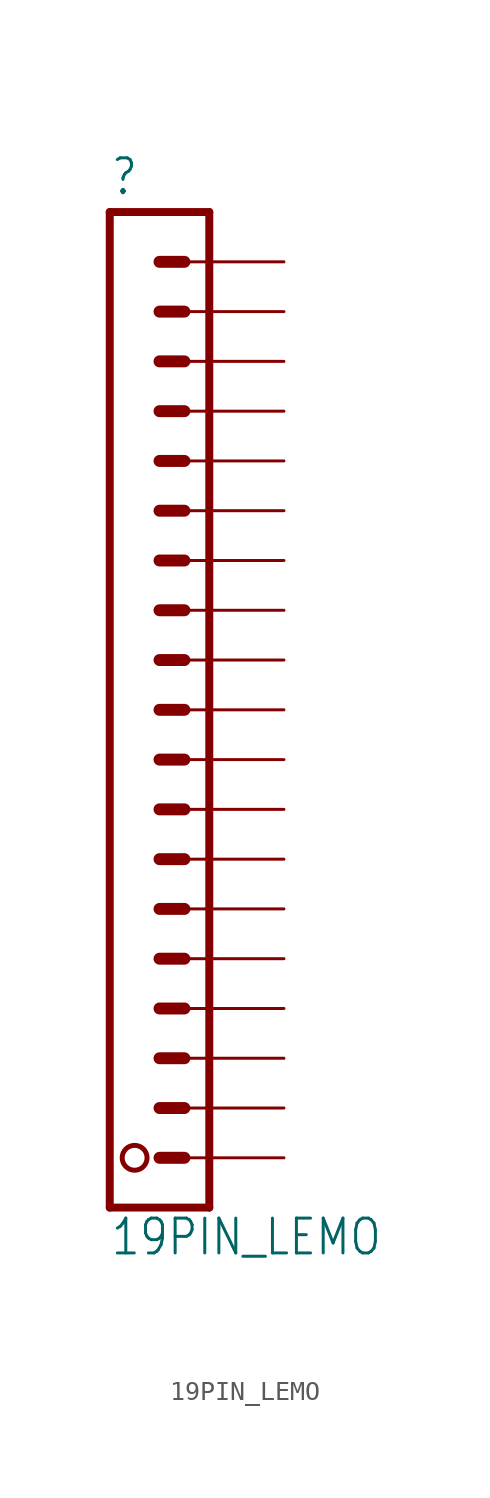
<source format=kicad_sym>
(kicad_symbol_lib
  (version 20211014)
  (generator kicad_symbol_editor)
  (symbol "19PIN_LEMO"
    (property "Reference" ""
      (at -1.27 24.892 0)
      (effects (font (size 1.778 1.511)) (justify left bottom)))
    (property "Value" "19PIN_LEMO"
      (at -1.27 -29.21 0)
      (effects (font (size 1.778 1.511)) (justify left bottom)))
    (property "ki_locked" ""
      (at 0 0 0)
      (effects (font (size 1.27 1.27))))
    (symbol "19PIN_LEMO_1_0"
      (circle (center 0 -24.13) (radius 0.635) (stroke (width 0.254) (type default) (color 0 0 0 0)) (fill (type none)))
      (polyline (pts (xy -1.27 24.13) (xy -1.27 -26.67)) (stroke (width 0.406) (type default) (color 0 0 0 0)) (fill (type none)))
      (polyline (pts (xy -1.27 24.13) (xy 3.81 24.13)) (stroke (width 0.406) (type default) (color 0 0 0 0)) (fill (type none)))
      (polyline (pts (xy 1.27 -24.13) (xy 2.54 -24.13)) (stroke (width 0.61) (type default) (color 0 0 0 0)) (fill (type none)))
      (polyline (pts (xy 1.27 -21.59) (xy 2.54 -21.59)) (stroke (width 0.61) (type default) (color 0 0 0 0)) (fill (type none)))
      (polyline (pts (xy 1.27 -19.05) (xy 2.54 -19.05)) (stroke (width 0.61) (type default) (color 0 0 0 0)) (fill (type none)))
      (polyline (pts (xy 1.27 -16.51) (xy 2.54 -16.51)) (stroke (width 0.61) (type default) (color 0 0 0 0)) (fill (type none)))
      (polyline (pts (xy 1.27 -13.97) (xy 2.54 -13.97)) (stroke (width 0.61) (type default) (color 0 0 0 0)) (fill (type none)))
      (polyline (pts (xy 1.27 -11.43) (xy 2.54 -11.43)) (stroke (width 0.61) (type default) (color 0 0 0 0)) (fill (type none)))
      (polyline (pts (xy 1.27 -8.89) (xy 2.54 -8.89)) (stroke (width 0.61) (type default) (color 0 0 0 0)) (fill (type none)))
      (polyline (pts (xy 1.27 -6.35) (xy 2.54 -6.35)) (stroke (width 0.61) (type default) (color 0 0 0 0)) (fill (type none)))
      (polyline (pts (xy 1.27 -3.81) (xy 2.54 -3.81)) (stroke (width 0.61) (type default) (color 0 0 0 0)) (fill (type none)))
      (polyline (pts (xy 1.27 -1.27) (xy 2.54 -1.27)) (stroke (width 0.61) (type default) (color 0 0 0 0)) (fill (type none)))
      (polyline (pts (xy 1.27 1.27) (xy 2.54 1.27)) (stroke (width 0.61) (type default) (color 0 0 0 0)) (fill (type none)))
      (polyline (pts (xy 1.27 3.81) (xy 2.54 3.81)) (stroke (width 0.61) (type default) (color 0 0 0 0)) (fill (type none)))
      (polyline (pts (xy 1.27 6.35) (xy 2.54 6.35)) (stroke (width 0.61) (type default) (color 0 0 0 0)) (fill (type none)))
      (polyline (pts (xy 1.27 8.89) (xy 2.54 8.89)) (stroke (width 0.61) (type default) (color 0 0 0 0)) (fill (type none)))
      (polyline (pts (xy 1.27 11.43) (xy 2.54 11.43)) (stroke (width 0.61) (type default) (color 0 0 0 0)) (fill (type none)))
      (polyline (pts (xy 1.27 13.97) (xy 2.54 13.97)) (stroke (width 0.61) (type default) (color 0 0 0 0)) (fill (type none)))
      (polyline (pts (xy 1.27 16.51) (xy 2.54 16.51)) (stroke (width 0.61) (type default) (color 0 0 0 0)) (fill (type none)))
      (polyline (pts (xy 1.27 19.05) (xy 2.54 19.05)) (stroke (width 0.61) (type default) (color 0 0 0 0)) (fill (type none)))
      (polyline (pts (xy 1.27 21.59) (xy 2.54 21.59)) (stroke (width 0.61) (type default) (color 0 0 0 0)) (fill (type none)))
      (polyline (pts (xy 3.81 -26.67) (xy -1.27 -26.67)) (stroke (width 0.406) (type default) (color 0 0 0 0)) (fill (type none)))
      (polyline (pts (xy 3.81 -26.67) (xy 3.81 24.13)) (stroke (width 0.406) (type default) (color 0 0 0 0)) (fill (type none)))
      (pin passive line (at 7.62 -24.13 180) (length 5.08) (name "1" (effects (font (size 0 0)))) (number "P$1" (effects (font (size 0 0)))))
      (pin passive line (at 7.62 -1.27 180) (length 5.08) (name "10" (effects (font (size 0 0)))) (number "P$10" (effects (font (size 0 0)))))
      (pin passive line (at 7.62 1.27 180) (length 5.08) (name "11" (effects (font (size 0 0)))) (number "P$11" (effects (font (size 0 0)))))
      (pin passive line (at 7.62 3.81 180) (length 5.08) (name "12" (effects (font (size 0 0)))) (number "P$12" (effects (font (size 0 0)))))
      (pin passive line (at 7.62 6.35 180) (length 5.08) (name "13" (effects (font (size 0 0)))) (number "P$13" (effects (font (size 0 0)))))
      (pin passive line (at 7.62 8.89 180) (length 5.08) (name "14" (effects (font (size 0 0)))) (number "P$14" (effects (font (size 0 0)))))
      (pin passive line (at 7.62 11.43 180) (length 5.08) (name "15" (effects (font (size 0 0)))) (number "P$15" (effects (font (size 0 0)))))
      (pin passive line (at 7.62 13.97 180) (length 5.08) (name "16" (effects (font (size 0 0)))) (number "P$16" (effects (font (size 0 0)))))
      (pin passive line (at 7.62 16.51 180) (length 5.08) (name "17" (effects (font (size 0 0)))) (number "P$17" (effects (font (size 0 0)))))
      (pin passive line (at 7.62 19.05 180) (length 5.08) (name "18" (effects (font (size 0 0)))) (number "P$18" (effects (font (size 0 0)))))
      (pin passive line (at 7.62 21.59 180) (length 5.08) (name "19" (effects (font (size 0 0)))) (number "P$19" (effects (font (size 0 0)))))
      (pin passive line (at 7.62 -21.59 180) (length 5.08) (name "2" (effects (font (size 0 0)))) (number "P$2" (effects (font (size 0 0)))))
      (pin passive line (at 7.62 -19.05 180) (length 5.08) (name "3" (effects (font (size 0 0)))) (number "P$3" (effects (font (size 0 0)))))
      (pin passive line (at 7.62 -16.51 180) (length 5.08) (name "4" (effects (font (size 0 0)))) (number "P$4" (effects (font (size 0 0)))))
      (pin passive line (at 7.62 -13.97 180) (length 5.08) (name "5" (effects (font (size 0 0)))) (number "P$5" (effects (font (size 0 0)))))
      (pin passive line (at 7.62 -11.43 180) (length 5.08) (name "6" (effects (font (size 0 0)))) (number "P$6" (effects (font (size 0 0)))))
      (pin passive line (at 7.62 -8.89 180) (length 5.08) (name "7" (effects (font (size 0 0)))) (number "P$7" (effects (font (size 0 0)))))
      (pin passive line (at 7.62 -6.35 180) (length 5.08) (name "8" (effects (font (size 0 0)))) (number "P$8" (effects (font (size 0 0)))))
      (pin passive line (at 7.62 -3.81 180) (length 5.08) (name "9" (effects (font (size 0 0)))) (number "P$9" (effects (font (size 0 0))))))))
</source>
